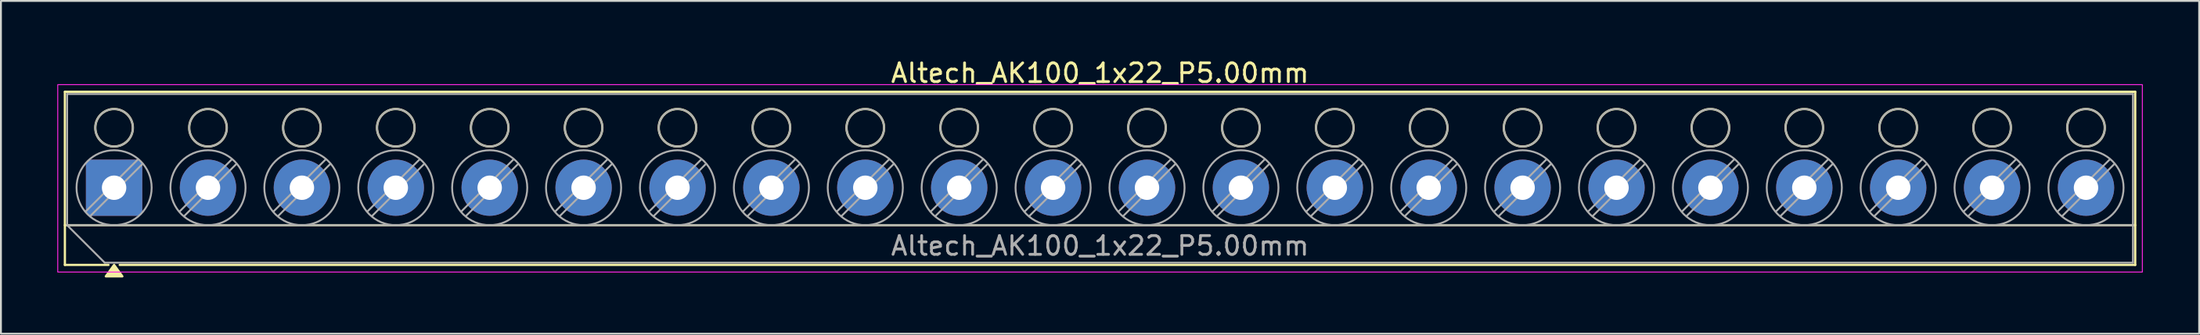
<source format=kicad_pcb>
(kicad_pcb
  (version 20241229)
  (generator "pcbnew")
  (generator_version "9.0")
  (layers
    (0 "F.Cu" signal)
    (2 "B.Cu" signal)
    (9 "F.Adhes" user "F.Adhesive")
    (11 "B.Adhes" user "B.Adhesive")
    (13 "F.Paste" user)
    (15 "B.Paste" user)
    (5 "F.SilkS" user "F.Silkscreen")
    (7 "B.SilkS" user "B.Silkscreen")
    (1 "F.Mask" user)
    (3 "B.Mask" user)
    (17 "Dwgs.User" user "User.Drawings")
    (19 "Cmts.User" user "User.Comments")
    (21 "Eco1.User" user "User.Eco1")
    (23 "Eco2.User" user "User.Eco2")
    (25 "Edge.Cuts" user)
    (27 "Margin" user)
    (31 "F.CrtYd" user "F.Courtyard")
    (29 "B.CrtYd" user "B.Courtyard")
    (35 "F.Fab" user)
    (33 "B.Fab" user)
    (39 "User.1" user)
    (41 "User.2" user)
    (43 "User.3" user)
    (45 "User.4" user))
  (footprint "Altech_AK100_1x22_P5.00mm"
    (layer "F.Cu")
    (at 3.025 6.968)
    (property "Reference" "Altech_AK100_1x22_P5.00mm" (at 52.5 -6.12 0) (layer "F.SilkS") (effects (font (size 1 1) (thickness 0.15))))
    (attr through_hole)
    (fp_line (start -2.62 -5.12) (end 107.62 -5.12) (stroke (width 0.12) (type solid)) (layer "F.SilkS"))
    (fp_line (start -2.62 2) (end 107.62 2) (stroke (width 0.12) (type solid)) (layer "F.SilkS"))
    (fp_line (start -2.62 4.12) (end -2.62 -5.12) (stroke (width 0.12) (type solid)) (layer "F.SilkS"))
    (fp_line (start -0.3 4.12) (end -2.62 4.12) (stroke (width 0.12) (type solid)) (layer "F.SilkS"))
    (fp_line (start 107.62 -5.12) (end 107.62 4.12) (stroke (width 0.12) (type solid)) (layer "F.SilkS"))
    (fp_line (start 107.62 4.12) (end 0.3 4.12) (stroke (width 0.12) (type solid)) (layer "F.SilkS"))
    (fp_circle (center 0 -3.2) (end 1 -3.2) (stroke (width 0.12) (type solid)) (fill no) (layer "F.SilkS"))
    (fp_circle (center 5 -3.2) (end 6 -3.2) (stroke (width 0.12) (type solid)) (fill no) (layer "F.SilkS"))
    (fp_circle (center 10 -3.2) (end 11 -3.2) (stroke (width 0.12) (type solid)) (fill no) (layer "F.SilkS"))
    (fp_circle (center 15 -3.2) (end 16 -3.2) (stroke (width 0.12) (type solid)) (fill no) (layer "F.SilkS"))
    (fp_circle (center 20 -3.2) (end 21 -3.2) (stroke (width 0.12) (type solid)) (fill no) (layer "F.SilkS"))
    (fp_circle (center 25 -3.2) (end 26 -3.2) (stroke (width 0.12) (type solid)) (fill no) (layer "F.SilkS"))
    (fp_circle (center 30 -3.2) (end 31 -3.2) (stroke (width 0.12) (type solid)) (fill no) (layer "F.SilkS"))
    (fp_circle (center 35 -3.2) (end 36 -3.2) (stroke (width 0.12) (type solid)) (fill no) (layer "F.SilkS"))
    (fp_circle (center 40 -3.2) (end 41 -3.2) (stroke (width 0.12) (type solid)) (fill no) (layer "F.SilkS"))
    (fp_circle (center 45 -3.2) (end 46 -3.2) (stroke (width 0.12) (type solid)) (fill no) (layer "F.SilkS"))
    (fp_circle (center 50 -3.2) (end 51 -3.2) (stroke (width 0.12) (type solid)) (fill no) (layer "F.SilkS"))
    (fp_circle (center 55 -3.2) (end 56 -3.2) (stroke (width 0.12) (type solid)) (fill no) (layer "F.SilkS"))
    (fp_circle (center 60 -3.2) (end 61 -3.2) (stroke (width 0.12) (type solid)) (fill no) (layer "F.SilkS"))
    (fp_circle (center 65 -3.2) (end 66 -3.2) (stroke (width 0.12) (type solid)) (fill no) (layer "F.SilkS"))
    (fp_circle (center 70 -3.2) (end 71 -3.2) (stroke (width 0.12) (type solid)) (fill no) (layer "F.SilkS"))
    (fp_circle (center 75 -3.2) (end 76 -3.2) (stroke (width 0.12) (type solid)) (fill no) (layer "F.SilkS"))
    (fp_circle (center 80 -3.2) (end 81 -3.2) (stroke (width 0.12) (type solid)) (fill no) (layer "F.SilkS"))
    (fp_circle (center 85 -3.2) (end 86 -3.2) (stroke (width 0.12) (type solid)) (fill no) (layer "F.SilkS"))
    (fp_circle (center 90 -3.2) (end 91 -3.2) (stroke (width 0.12) (type solid)) (fill no) (layer "F.SilkS"))
    (fp_circle (center 95 -3.2) (end 96 -3.2) (stroke (width 0.12) (type solid)) (fill no) (layer "F.SilkS"))
    (fp_circle (center 100 -3.2) (end 101 -3.2) (stroke (width 0.12) (type solid)) (fill no) (layer "F.SilkS"))
    (fp_circle (center 105 -3.2) (end 106 -3.2) (stroke (width 0.12) (type solid)) (fill no) (layer "F.SilkS"))
    (fp_poly (pts (xy 0 4.12) (xy 0.44 4.73) (xy -0.44 4.73)) (stroke (width 0.12) (type solid)) (fill yes) (layer "F.SilkS"))
    (fp_rect (start -3 -5.5) (end 108 4.5) (stroke (width 0.05) (type solid)) (fill no) (layer "F.CrtYd"))
    (fp_line (start -2.5 -5) (end 107.5 -5) (stroke (width 0.1) (type solid)) (layer "F.Fab"))
    (fp_line (start -2.5 2) (end -2.5 -5) (stroke (width 0.1) (type solid)) (layer "F.Fab"))
    (fp_line (start -2.5 2) (end 107.5 2) (stroke (width 0.1) (type solid)) (layer "F.Fab"))
    (fp_line (start -0.5 4) (end -2.5 2) (stroke (width 0.1) (type solid)) (layer "F.Fab"))
    (fp_line (start 1.273 -1.517) (end -1.517 1.273) (stroke (width 0.1) (type solid)) (layer "F.Fab"))
    (fp_line (start 1.517 -1.273) (end -1.273 1.517) (stroke (width 0.1) (type solid)) (layer "F.Fab"))
    (fp_line (start 6.273 -1.517) (end 3.483 1.273) (stroke (width 0.1) (type solid)) (layer "F.Fab"))
    (fp_line (start 6.517 -1.273) (end 3.727 1.517) (stroke (width 0.1) (type solid)) (layer "F.Fab"))
    (fp_line (start 11.273 -1.517) (end 8.483 1.273) (stroke (width 0.1) (type solid)) (layer "F.Fab"))
    (fp_line (start 11.517 -1.273) (end 8.727 1.517) (stroke (width 0.1) (type solid)) (layer "F.Fab"))
    (fp_line (start 16.273 -1.517) (end 13.483 1.273) (stroke (width 0.1) (type solid)) (layer "F.Fab"))
    (fp_line (start 16.517 -1.273) (end 13.727 1.517) (stroke (width 0.1) (type solid)) (layer "F.Fab"))
    (fp_line (start 21.273 -1.517) (end 18.483 1.273) (stroke (width 0.1) (type solid)) (layer "F.Fab"))
    (fp_line (start 21.517 -1.273) (end 18.727 1.517) (stroke (width 0.1) (type solid)) (layer "F.Fab"))
    (fp_line (start 26.273 -1.517) (end 23.483 1.273) (stroke (width 0.1) (type solid)) (layer "F.Fab"))
    (fp_line (start 26.517 -1.273) (end 23.727 1.517) (stroke (width 0.1) (type solid)) (layer "F.Fab"))
    (fp_line (start 31.273 -1.517) (end 28.483 1.273) (stroke (width 0.1) (type solid)) (layer "F.Fab"))
    (fp_line (start 31.517 -1.273) (end 28.727 1.517) (stroke (width 0.1) (type solid)) (layer "F.Fab"))
    (fp_line (start 36.273 -1.517) (end 33.483 1.273) (stroke (width 0.1) (type solid)) (layer "F.Fab"))
    (fp_line (start 36.517 -1.273) (end 33.727 1.517) (stroke (width 0.1) (type solid)) (layer "F.Fab"))
    (fp_line (start 41.273 -1.517) (end 38.483 1.273) (stroke (width 0.1) (type solid)) (layer "F.Fab"))
    (fp_line (start 41.517 -1.273) (end 38.727 1.517) (stroke (width 0.1) (type solid)) (layer "F.Fab"))
    (fp_line (start 46.273 -1.517) (end 43.483 1.273) (stroke (width 0.1) (type solid)) (layer "F.Fab"))
    (fp_line (start 46.517 -1.273) (end 43.727 1.517) (stroke (width 0.1) (type solid)) (layer "F.Fab"))
    (fp_line (start 51.273 -1.517) (end 48.483 1.273) (stroke (width 0.1) (type solid)) (layer "F.Fab"))
    (fp_line (start 51.517 -1.273) (end 48.727 1.517) (stroke (width 0.1) (type solid)) (layer "F.Fab"))
    (fp_line (start 56.273 -1.517) (end 53.483 1.273) (stroke (width 0.1) (type solid)) (layer "F.Fab"))
    (fp_line (start 56.517 -1.273) (end 53.727 1.517) (stroke (width 0.1) (type solid)) (layer "F.Fab"))
    (fp_line (start 61.273 -1.517) (end 58.483 1.273) (stroke (width 0.1) (type solid)) (layer "F.Fab"))
    (fp_line (start 61.517 -1.273) (end 58.727 1.517) (stroke (width 0.1) (type solid)) (layer "F.Fab"))
    (fp_line (start 66.273 -1.517) (end 63.483 1.273) (stroke (width 0.1) (type solid)) (layer "F.Fab"))
    (fp_line (start 66.517 -1.273) (end 63.727 1.517) (stroke (width 0.1) (type solid)) (layer "F.Fab"))
    (fp_line (start 71.273 -1.517) (end 68.483 1.273) (stroke (width 0.1) (type solid)) (layer "F.Fab"))
    (fp_line (start 71.517 -1.273) (end 68.727 1.517) (stroke (width 0.1) (type solid)) (layer "F.Fab"))
    (fp_line (start 76.273 -1.517) (end 73.483 1.273) (stroke (width 0.1) (type solid)) (layer "F.Fab"))
    (fp_line (start 76.517 -1.273) (end 73.727 1.517) (stroke (width 0.1) (type solid)) (layer "F.Fab"))
    (fp_line (start 81.273 -1.517) (end 78.483 1.273) (stroke (width 0.1) (type solid)) (layer "F.Fab"))
    (fp_line (start 81.517 -1.273) (end 78.727 1.517) (stroke (width 0.1) (type solid)) (layer "F.Fab"))
    (fp_line (start 86.273 -1.517) (end 83.483 1.273) (stroke (width 0.1) (type solid)) (layer "F.Fab"))
    (fp_line (start 86.517 -1.273) (end 83.727 1.517) (stroke (width 0.1) (type solid)) (layer "F.Fab"))
    (fp_line (start 91.273 -1.517) (end 88.483 1.273) (stroke (width 0.1) (type solid)) (layer "F.Fab"))
    (fp_line (start 91.517 -1.273) (end 88.727 1.517) (stroke (width 0.1) (type solid)) (layer "F.Fab"))
    (fp_line (start 96.273 -1.517) (end 93.483 1.273) (stroke (width 0.1) (type solid)) (layer "F.Fab"))
    (fp_line (start 96.517 -1.273) (end 93.727 1.517) (stroke (width 0.1) (type solid)) (layer "F.Fab"))
    (fp_line (start 101.273 -1.517) (end 98.483 1.273) (stroke (width 0.1) (type solid)) (layer "F.Fab"))
    (fp_line (start 101.517 -1.273) (end 98.727 1.517) (stroke (width 0.1) (type solid)) (layer "F.Fab"))
    (fp_line (start 106.273 -1.517) (end 103.483 1.273) (stroke (width 0.1) (type solid)) (layer "F.Fab"))
    (fp_line (start 106.517 -1.273) (end 103.727 1.517) (stroke (width 0.1) (type solid)) (layer "F.Fab"))
    (fp_line (start 107.5 -5) (end 107.5 4) (stroke (width 0.1) (type solid)) (layer "F.Fab"))
    (fp_line (start 107.5 4) (end -0.5 4) (stroke (width 0.1) (type solid)) (layer "F.Fab"))
    (fp_circle (center 0 -3.2) (end 1 -3.2) (stroke (width 0.1) (type solid)) (fill no) (layer "F.Fab"))
    (fp_circle (center 0 0) (end 2 0) (stroke (width 0.1) (type solid)) (fill no) (layer "F.Fab"))
    (fp_circle (center 5 -3.2) (end 6 -3.2) (stroke (width 0.1) (type solid)) (fill no) (layer "F.Fab"))
    (fp_circle (center 5 0) (end 7 0) (stroke (width 0.1) (type solid)) (fill no) (layer "F.Fab"))
    (fp_circle (center 10 -3.2) (end 11 -3.2) (stroke (width 0.1) (type solid)) (fill no) (layer "F.Fab"))
    (fp_circle (center 10 0) (end 12 0) (stroke (width 0.1) (type solid)) (fill no) (layer "F.Fab"))
    (fp_circle (center 15 -3.2) (end 16 -3.2) (stroke (width 0.1) (type solid)) (fill no) (layer "F.Fab"))
    (fp_circle (center 15 0) (end 17 0) (stroke (width 0.1) (type solid)) (fill no) (layer "F.Fab"))
    (fp_circle (center 20 -3.2) (end 21 -3.2) (stroke (width 0.1) (type solid)) (fill no) (layer "F.Fab"))
    (fp_circle (center 20 0) (end 22 0) (stroke (width 0.1) (type solid)) (fill no) (layer "F.Fab"))
    (fp_circle (center 25 -3.2) (end 26 -3.2) (stroke (width 0.1) (type solid)) (fill no) (layer "F.Fab"))
    (fp_circle (center 25 0) (end 27 0) (stroke (width 0.1) (type solid)) (fill no) (layer "F.Fab"))
    (fp_circle (center 30 -3.2) (end 31 -3.2) (stroke (width 0.1) (type solid)) (fill no) (layer "F.Fab"))
    (fp_circle (center 30 0) (end 32 0) (stroke (width 0.1) (type solid)) (fill no) (layer "F.Fab"))
    (fp_circle (center 35 -3.2) (end 36 -3.2) (stroke (width 0.1) (type solid)) (fill no) (layer "F.Fab"))
    (fp_circle (center 35 0) (end 37 0) (stroke (width 0.1) (type solid)) (fill no) (layer "F.Fab"))
    (fp_circle (center 40 -3.2) (end 41 -3.2) (stroke (width 0.1) (type solid)) (fill no) (layer "F.Fab"))
    (fp_circle (center 40 0) (end 42 0) (stroke (width 0.1) (type solid)) (fill no) (layer "F.Fab"))
    (fp_circle (center 45 -3.2) (end 46 -3.2) (stroke (width 0.1) (type solid)) (fill no) (layer "F.Fab"))
    (fp_circle (center 45 0) (end 47 0) (stroke (width 0.1) (type solid)) (fill no) (layer "F.Fab"))
    (fp_circle (center 50 -3.2) (end 51 -3.2) (stroke (width 0.1) (type solid)) (fill no) (layer "F.Fab"))
    (fp_circle (center 50 0) (end 52 0) (stroke (width 0.1) (type solid)) (fill no) (layer "F.Fab"))
    (fp_circle (center 55 -3.2) (end 56 -3.2) (stroke (width 0.1) (type solid)) (fill no) (layer "F.Fab"))
    (fp_circle (center 55 0) (end 57 0) (stroke (width 0.1) (type solid)) (fill no) (layer "F.Fab"))
    (fp_circle (center 60 -3.2) (end 61 -3.2) (stroke (width 0.1) (type solid)) (fill no) (layer "F.Fab"))
    (fp_circle (center 60 0) (end 62 0) (stroke (width 0.1) (type solid)) (fill no) (layer "F.Fab"))
    (fp_circle (center 65 -3.2) (end 66 -3.2) (stroke (width 0.1) (type solid)) (fill no) (layer "F.Fab"))
    (fp_circle (center 65 0) (end 67 0) (stroke (width 0.1) (type solid)) (fill no) (layer "F.Fab"))
    (fp_circle (center 70 -3.2) (end 71 -3.2) (stroke (width 0.1) (type solid)) (fill no) (layer "F.Fab"))
    (fp_circle (center 70 0) (end 72 0) (stroke (width 0.1) (type solid)) (fill no) (layer "F.Fab"))
    (fp_circle (center 75 -3.2) (end 76 -3.2) (stroke (width 0.1) (type solid)) (fill no) (layer "F.Fab"))
    (fp_circle (center 75 0) (end 77 0) (stroke (width 0.1) (type solid)) (fill no) (layer "F.Fab"))
    (fp_circle (center 80 -3.2) (end 81 -3.2) (stroke (width 0.1) (type solid)) (fill no) (layer "F.Fab"))
    (fp_circle (center 80 0) (end 82 0) (stroke (width 0.1) (type solid)) (fill no) (layer "F.Fab"))
    (fp_circle (center 85 -3.2) (end 86 -3.2) (stroke (width 0.1) (type solid)) (fill no) (layer "F.Fab"))
    (fp_circle (center 85 0) (end 87 0) (stroke (width 0.1) (type solid)) (fill no) (layer "F.Fab"))
    (fp_circle (center 90 -3.2) (end 91 -3.2) (stroke (width 0.1) (type solid)) (fill no) (layer "F.Fab"))
    (fp_circle (center 90 0) (end 92 0) (stroke (width 0.1) (type solid)) (fill no) (layer "F.Fab"))
    (fp_circle (center 95 -3.2) (end 96 -3.2) (stroke (width 0.1) (type solid)) (fill no) (layer "F.Fab"))
    (fp_circle (center 95 0) (end 97 0) (stroke (width 0.1) (type solid)) (fill no) (layer "F.Fab"))
    (fp_circle (center 100 -3.2) (end 101 -3.2) (stroke (width 0.1) (type solid)) (fill no) (layer "F.Fab"))
    (fp_circle (center 100 0) (end 102 0) (stroke (width 0.1) (type solid)) (fill no) (layer "F.Fab"))
    (fp_circle (center 105 -3.2) (end 106 -3.2) (stroke (width 0.1) (type solid)) (fill no) (layer "F.Fab"))
    (fp_circle (center 105 0) (end 107 0) (stroke (width 0.1) (type solid)) (fill no) (layer "F.Fab"))
    (fp_text user "${REFERENCE}" (at 52.5 3.1 0) (layer "F.Fab") (effects (font (size 1 1) (thickness 0.15))))
    (pad "1" thru_hole roundrect (at 0 0) (size 3 3) (drill 1.3) (layers "*.Cu" "*.Mask") (roundrect_rratio 0.083))
    (pad "2" thru_hole circle (at 5 0) (size 3 3) (drill 1.3) (layers "*.Cu" "*.Mask"))
    (pad "3" thru_hole circle (at 10 0) (size 3 3) (drill 1.3) (layers "*.Cu" "*.Mask"))
    (pad "4" thru_hole circle (at 15 0) (size 3 3) (drill 1.3) (layers "*.Cu" "*.Mask"))
    (pad "5" thru_hole circle (at 20 0) (size 3 3) (drill 1.3) (layers "*.Cu" "*.Mask"))
    (pad "6" thru_hole circle (at 25 0) (size 3 3) (drill 1.3) (layers "*.Cu" "*.Mask"))
    (pad "7" thru_hole circle (at 30 0) (size 3 3) (drill 1.3) (layers "*.Cu" "*.Mask"))
    (pad "8" thru_hole circle (at 35 0) (size 3 3) (drill 1.3) (layers "*.Cu" "*.Mask"))
    (pad "9" thru_hole circle (at 40 0) (size 3 3) (drill 1.3) (layers "*.Cu" "*.Mask"))
    (pad "10" thru_hole circle (at 45 0) (size 3 3) (drill 1.3) (layers "*.Cu" "*.Mask"))
    (pad "11" thru_hole circle (at 50 0) (size 3 3) (drill 1.3) (layers "*.Cu" "*.Mask"))
    (pad "12" thru_hole circle (at 55 0) (size 3 3) (drill 1.3) (layers "*.Cu" "*.Mask"))
    (pad "13" thru_hole circle (at 60 0) (size 3 3) (drill 1.3) (layers "*.Cu" "*.Mask"))
    (pad "14" thru_hole circle (at 65 0) (size 3 3) (drill 1.3) (layers "*.Cu" "*.Mask"))
    (pad "15" thru_hole circle (at 70 0) (size 3 3) (drill 1.3) (layers "*.Cu" "*.Mask"))
    (pad "16" thru_hole circle (at 75 0) (size 3 3) (drill 1.3) (layers "*.Cu" "*.Mask"))
    (pad "17" thru_hole circle (at 80 0) (size 3 3) (drill 1.3) (layers "*.Cu" "*.Mask"))
    (pad "18" thru_hole circle (at 85 0) (size 3 3) (drill 1.3) (layers "*.Cu" "*.Mask"))
    (pad "19" thru_hole circle (at 90 0) (size 3 3) (drill 1.3) (layers "*.Cu" "*.Mask"))
    (pad "20" thru_hole circle (at 95 0) (size 3 3) (drill 1.3) (layers "*.Cu" "*.Mask"))
    (pad "21" thru_hole circle (at 100 0) (size 3 3) (drill 1.3) (layers "*.Cu" "*.Mask"))
    (pad "22" thru_hole circle (at 105 0) (size 3 3) (drill 1.3) (layers "*.Cu" "*.Mask")))
  (gr_rect
    (start -3 -3)
    (end 114.05 14.758)
    (stroke (width 0.1) (type default))
    (fill no)
    (layer "Edge.Cuts")))
</source>
